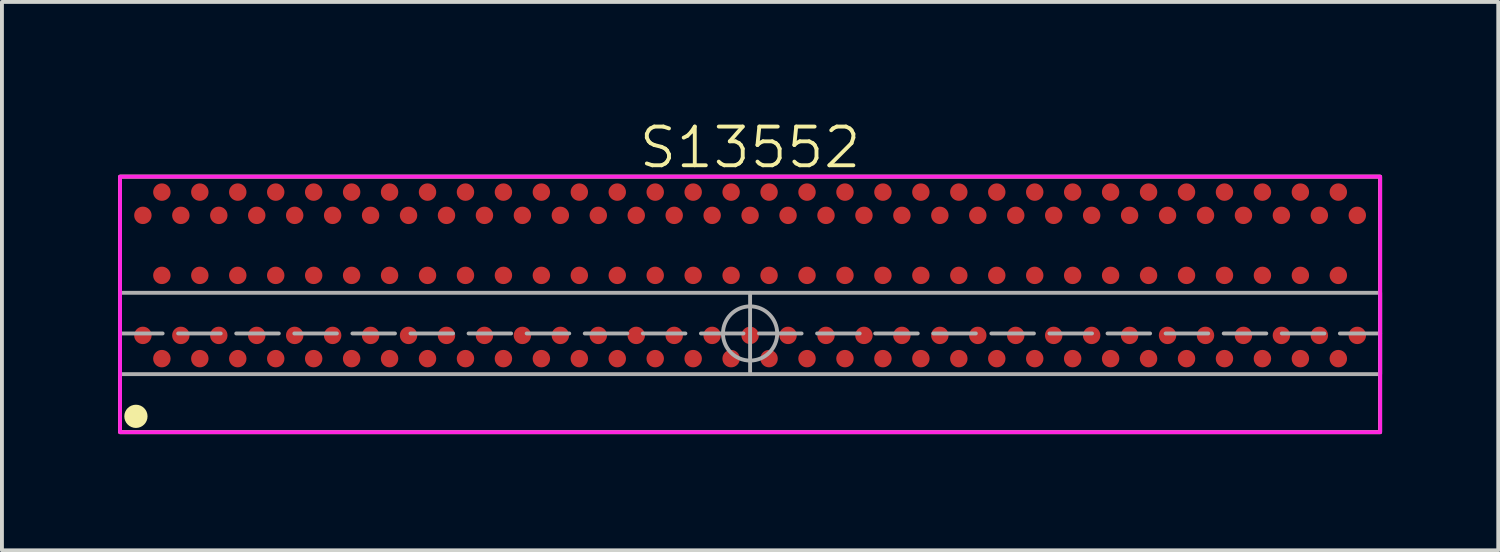
<source format=kicad_pcb>
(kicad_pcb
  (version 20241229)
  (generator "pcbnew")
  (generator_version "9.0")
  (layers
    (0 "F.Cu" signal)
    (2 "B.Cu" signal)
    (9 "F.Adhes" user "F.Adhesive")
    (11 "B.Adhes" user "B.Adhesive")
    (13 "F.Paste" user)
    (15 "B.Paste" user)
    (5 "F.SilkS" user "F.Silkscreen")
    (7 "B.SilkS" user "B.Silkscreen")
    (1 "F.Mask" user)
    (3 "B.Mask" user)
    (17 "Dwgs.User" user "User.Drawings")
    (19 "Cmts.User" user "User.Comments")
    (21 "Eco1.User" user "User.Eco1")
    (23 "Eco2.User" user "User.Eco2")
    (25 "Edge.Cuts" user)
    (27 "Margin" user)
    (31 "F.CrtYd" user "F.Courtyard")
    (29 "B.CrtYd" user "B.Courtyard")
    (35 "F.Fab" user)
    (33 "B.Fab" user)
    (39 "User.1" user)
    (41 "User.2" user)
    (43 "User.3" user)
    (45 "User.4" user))
  (footprint "S13552"
    (layer "F.Cu")
    (at 16.32 5.261)
    (property "Reference" "S13552" (at 0 -4.5 0) (unlocked yes) (layer "F.SilkS") (effects (font (size 1 1) (thickness 0.1))))
    (attr smd)
    (fp_rect (start -16.27 2.85) (end 16.27 -3.75) (stroke (width 0.1) (type default)) (fill no) (layer "F.SilkS"))
    (fp_circle (center -15.86 2.44) (end -15.61 2.44) (stroke (width 0.1) (type solid)) (fill yes) (layer "F.SilkS"))
    (fp_rect (start -16.27 2.85) (end 16.27 -3.75) (stroke (width 0.1) (type default)) (fill no) (layer "F.CrtYd"))
    (fp_line (start -16.27 0.3) (end 16.27 0.3) (stroke (width 0.1) (type dash)) (layer "F.Fab"))
    (fp_line (start 0 -0.75) (end 0 1.35) (stroke (width 0.1) (type default)) (layer "F.Fab"))
    (fp_rect (start -16.27 -0.75) (end 16.27 1.35) (stroke (width 0.1) (type solid)) (fill no) (layer "F.Fab"))
    (fp_circle (center 0 0.3) (end 0.7 0.3) (stroke (width 0.1) (type default)) (fill no) (layer "F.Fab"))
    (pad "1" smd circle (at -15.68 0.35) (size 0.45 0.45) (layers "F.Cu" "F.Mask" "F.Paste"))
    (pad "2" smd circle (at -15.19 -3.35) (size 0.45 0.45) (layers "F.Cu" "F.Mask" "F.Paste"))
    (pad "3" smd circle (at -15.19 0.95) (size 0.45 0.45) (layers "F.Cu" "F.Mask" "F.Paste"))
    (pad "4" smd circle (at -14.7 -2.75) (size 0.45 0.45) (layers "F.Cu" "F.Mask" "F.Paste"))
    (pad "5" smd circle (at -14.7 0.35) (size 0.45 0.45) (layers "F.Cu" "F.Mask" "F.Paste"))
    (pad "6" smd circle (at -14.21 -3.35) (size 0.45 0.45) (layers "F.Cu" "F.Mask" "F.Paste"))
    (pad "7" smd circle (at -14.21 0.95) (size 0.45 0.45) (layers "F.Cu" "F.Mask" "F.Paste"))
    (pad "8" smd circle (at -13.72 -2.75) (size 0.45 0.45) (layers "F.Cu" "F.Mask" "F.Paste"))
    (pad "9" smd circle (at -13.72 0.35) (size 0.45 0.45) (layers "F.Cu" "F.Mask" "F.Paste"))
    (pad "10" smd circle (at -13.23 -3.35) (size 0.45 0.45) (layers "F.Cu" "F.Mask" "F.Paste"))
    (pad "11" smd circle (at -13.23 0.95) (size 0.45 0.45) (layers "F.Cu" "F.Mask" "F.Paste"))
    (pad "12" smd circle (at -12.74 -2.75) (size 0.45 0.45) (layers "F.Cu" "F.Mask" "F.Paste"))
    (pad "13" smd circle (at -12.74 0.35) (size 0.45 0.45) (layers "F.Cu" "F.Mask" "F.Paste"))
    (pad "14" smd circle (at -12.25 -3.35) (size 0.45 0.45) (layers "F.Cu" "F.Mask" "F.Paste"))
    (pad "15" smd circle (at -12.25 0.95) (size 0.45 0.45) (layers "F.Cu" "F.Mask" "F.Paste"))
    (pad "16" smd circle (at -11.76 -2.75) (size 0.45 0.45) (layers "F.Cu" "F.Mask" "F.Paste"))
    (pad "17" smd circle (at -11.76 0.35) (size 0.45 0.45) (layers "F.Cu" "F.Mask" "F.Paste"))
    (pad "18" smd circle (at -11.27 -3.35) (size 0.45 0.45) (layers "F.Cu" "F.Mask" "F.Paste"))
    (pad "19" smd circle (at -11.27 0.95) (size 0.45 0.45) (layers "F.Cu" "F.Mask" "F.Paste"))
    (pad "20" smd circle (at -10.78 -2.75) (size 0.45 0.45) (layers "F.Cu" "F.Mask" "F.Paste"))
    (pad "21" smd circle (at -10.78 0.35) (size 0.45 0.45) (layers "F.Cu" "F.Mask" "F.Paste"))
    (pad "22" smd circle (at -10.29 -3.35) (size 0.45 0.45) (layers "F.Cu" "F.Mask" "F.Paste"))
    (pad "23" smd circle (at -10.29 0.95) (size 0.45 0.45) (layers "F.Cu" "F.Mask" "F.Paste"))
    (pad "24" smd circle (at -9.8 -2.75) (size 0.45 0.45) (layers "F.Cu" "F.Mask" "F.Paste"))
    (pad "25" smd circle (at -9.8 0.35) (size 0.45 0.45) (layers "F.Cu" "F.Mask" "F.Paste"))
    (pad "26" smd circle (at -9.31 -3.35) (size 0.45 0.45) (layers "F.Cu" "F.Mask" "F.Paste"))
    (pad "27" smd circle (at -9.31 0.95) (size 0.45 0.45) (layers "F.Cu" "F.Mask" "F.Paste"))
    (pad "28" smd circle (at -8.82 -2.75) (size 0.45 0.45) (layers "F.Cu" "F.Mask" "F.Paste"))
    (pad "29" smd circle (at -8.82 0.35) (size 0.45 0.45) (layers "F.Cu" "F.Mask" "F.Paste"))
    (pad "30" smd circle (at -8.33 -3.35) (size 0.45 0.45) (layers "F.Cu" "F.Mask" "F.Paste"))
    (pad "31" smd circle (at -8.33 0.95) (size 0.45 0.45) (layers "F.Cu" "F.Mask" "F.Paste"))
    (pad "32" smd circle (at -7.84 -2.75) (size 0.45 0.45) (layers "F.Cu" "F.Mask" "F.Paste"))
    (pad "33" smd circle (at -7.84 0.35) (size 0.45 0.45) (layers "F.Cu" "F.Mask" "F.Paste"))
    (pad "34" smd circle (at -7.35 -3.35) (size 0.45 0.45) (layers "F.Cu" "F.Mask" "F.Paste"))
    (pad "35" smd circle (at -7.35 0.95) (size 0.45 0.45) (layers "F.Cu" "F.Mask" "F.Paste"))
    (pad "36" smd circle (at -6.86 -2.75) (size 0.45 0.45) (layers "F.Cu" "F.Mask" "F.Paste"))
    (pad "37" smd circle (at -6.86 0.35) (size 0.45 0.45) (layers "F.Cu" "F.Mask" "F.Paste"))
    (pad "38" smd circle (at -6.37 -3.35) (size 0.45 0.45) (layers "F.Cu" "F.Mask" "F.Paste"))
    (pad "39" smd circle (at -6.37 0.95) (size 0.45 0.45) (layers "F.Cu" "F.Mask" "F.Paste"))
    (pad "40" smd circle (at -5.88 -2.75) (size 0.45 0.45) (layers "F.Cu" "F.Mask" "F.Paste"))
    (pad "41" smd circle (at -5.88 0.35) (size 0.45 0.45) (layers "F.Cu" "F.Mask" "F.Paste"))
    (pad "42" smd circle (at -5.39 -3.35) (size 0.45 0.45) (layers "F.Cu" "F.Mask" "F.Paste"))
    (pad "43" smd circle (at -5.39 0.95) (size 0.45 0.45) (layers "F.Cu" "F.Mask" "F.Paste"))
    (pad "44" smd circle (at -4.9 -2.75) (size 0.45 0.45) (layers "F.Cu" "F.Mask" "F.Paste"))
    (pad "45" smd circle (at -4.9 0.35) (size 0.45 0.45) (layers "F.Cu" "F.Mask" "F.Paste"))
    (pad "46" smd circle (at -4.41 -3.35) (size 0.45 0.45) (layers "F.Cu" "F.Mask" "F.Paste"))
    (pad "47" smd circle (at -4.41 0.95) (size 0.45 0.45) (layers "F.Cu" "F.Mask" "F.Paste"))
    (pad "48" smd circle (at -3.92 -2.75) (size 0.45 0.45) (layers "F.Cu" "F.Mask" "F.Paste"))
    (pad "49" smd circle (at -3.92 0.35) (size 0.45 0.45) (layers "F.Cu" "F.Mask" "F.Paste"))
    (pad "50" smd circle (at -3.43 -3.35) (size 0.45 0.45) (layers "F.Cu" "F.Mask" "F.Paste"))
    (pad "51" smd circle (at -3.43 0.95) (size 0.45 0.45) (layers "F.Cu" "F.Mask" "F.Paste"))
    (pad "52" smd circle (at -2.94 -2.75) (size 0.45 0.45) (layers "F.Cu" "F.Mask" "F.Paste"))
    (pad "53" smd circle (at -2.94 0.35) (size 0.45 0.45) (layers "F.Cu" "F.Mask" "F.Paste"))
    (pad "54" smd circle (at -2.45 -3.35) (size 0.45 0.45) (layers "F.Cu" "F.Mask" "F.Paste"))
    (pad "55" smd circle (at -2.45 0.95) (size 0.45 0.45) (layers "F.Cu" "F.Mask" "F.Paste"))
    (pad "56" smd circle (at -1.96 -2.75) (size 0.45 0.45) (layers "F.Cu" "F.Mask" "F.Paste"))
    (pad "57" smd circle (at -1.96 0.35) (size 0.45 0.45) (layers "F.Cu" "F.Mask" "F.Paste"))
    (pad "58" smd circle (at -1.47 -3.35) (size 0.45 0.45) (layers "F.Cu" "F.Mask" "F.Paste"))
    (pad "59" smd circle (at -1.47 0.95) (size 0.45 0.45) (layers "F.Cu" "F.Mask" "F.Paste"))
    (pad "60" smd circle (at -0.98 -2.75) (size 0.45 0.45) (layers "F.Cu" "F.Mask" "F.Paste"))
    (pad "61" smd circle (at -0.98 0.35) (size 0.45 0.45) (layers "F.Cu" "F.Mask" "F.Paste"))
    (pad "62" smd circle (at -0.49 -3.35) (size 0.45 0.45) (layers "F.Cu" "F.Mask" "F.Paste"))
    (pad "63" smd circle (at -0.49 0.95) (size 0.45 0.45) (layers "F.Cu" "F.Mask" "F.Paste"))
    (pad "64" smd circle (at 0 -2.75) (size 0.45 0.45) (layers "F.Cu" "F.Mask" "F.Paste"))
    (pad "65" smd circle (at 0 0.35) (size 0.45 0.45) (layers "F.Cu" "F.Mask" "F.Paste"))
    (pad "66" smd circle (at 0.49 -3.35) (size 0.45 0.45) (layers "F.Cu" "F.Mask" "F.Paste"))
    (pad "67" smd circle (at 0.49 0.95) (size 0.45 0.45) (layers "F.Cu" "F.Mask" "F.Paste"))
    (pad "68" smd circle (at 0.98 -2.75) (size 0.45 0.45) (layers "F.Cu" "F.Mask" "F.Paste"))
    (pad "69" smd circle (at 0.98 0.35) (size 0.45 0.45) (layers "F.Cu" "F.Mask" "F.Paste"))
    (pad "70" smd circle (at 1.47 -3.35) (size 0.45 0.45) (layers "F.Cu" "F.Mask" "F.Paste"))
    (pad "71" smd circle (at 1.47 0.95) (size 0.45 0.45) (layers "F.Cu" "F.Mask" "F.Paste"))
    (pad "72" smd circle (at 1.96 -2.75) (size 0.45 0.45) (layers "F.Cu" "F.Mask" "F.Paste"))
    (pad "73" smd circle (at 1.96 0.35) (size 0.45 0.45) (layers "F.Cu" "F.Mask" "F.Paste"))
    (pad "74" smd circle (at 2.45 -3.35) (size 0.45 0.45) (layers "F.Cu" "F.Mask" "F.Paste"))
    (pad "75" smd circle (at 2.45 0.95) (size 0.45 0.45) (layers "F.Cu" "F.Mask" "F.Paste"))
    (pad "76" smd circle (at 2.94 -2.75) (size 0.45 0.45) (layers "F.Cu" "F.Mask" "F.Paste"))
    (pad "77" smd circle (at 2.94 0.35) (size 0.45 0.45) (layers "F.Cu" "F.Mask" "F.Paste"))
    (pad "78" smd circle (at 3.43 -3.35) (size 0.45 0.45) (layers "F.Cu" "F.Mask" "F.Paste"))
    (pad "79" smd circle (at 3.43 0.95) (size 0.45 0.45) (layers "F.Cu" "F.Mask" "F.Paste"))
    (pad "80" smd circle (at 3.92 -2.75) (size 0.45 0.45) (layers "F.Cu" "F.Mask" "F.Paste"))
    (pad "81" smd circle (at 3.92 0.35) (size 0.45 0.45) (layers "F.Cu" "F.Mask" "F.Paste"))
    (pad "82" smd circle (at 4.41 -3.35) (size 0.45 0.45) (layers "F.Cu" "F.Mask" "F.Paste"))
    (pad "83" smd circle (at 4.41 0.95) (size 0.45 0.45) (layers "F.Cu" "F.Mask" "F.Paste"))
    (pad "84" smd circle (at 4.9 -2.75) (size 0.45 0.45) (layers "F.Cu" "F.Mask" "F.Paste"))
    (pad "85" smd circle (at 4.9 0.35) (size 0.45 0.45) (layers "F.Cu" "F.Mask" "F.Paste"))
    (pad "86" smd circle (at 5.39 -3.35) (size 0.45 0.45) (layers "F.Cu" "F.Mask" "F.Paste"))
    (pad "87" smd circle (at 5.39 0.95) (size 0.45 0.45) (layers "F.Cu" "F.Mask" "F.Paste"))
    (pad "88" smd circle (at 5.88 -2.75) (size 0.45 0.45) (layers "F.Cu" "F.Mask" "F.Paste"))
    (pad "89" smd circle (at 5.88 0.35) (size 0.45 0.45) (layers "F.Cu" "F.Mask" "F.Paste"))
    (pad "90" smd circle (at 6.37 -3.35) (size 0.45 0.45) (layers "F.Cu" "F.Mask" "F.Paste"))
    (pad "91" smd circle (at 6.37 0.95) (size 0.45 0.45) (layers "F.Cu" "F.Mask" "F.Paste"))
    (pad "92" smd circle (at 6.86 -2.75) (size 0.45 0.45) (layers "F.Cu" "F.Mask" "F.Paste"))
    (pad "93" smd circle (at 6.86 0.35) (size 0.45 0.45) (layers "F.Cu" "F.Mask" "F.Paste"))
    (pad "94" smd circle (at 7.35 -3.35) (size 0.45 0.45) (layers "F.Cu" "F.Mask" "F.Paste"))
    (pad "95" smd circle (at 7.35 0.95) (size 0.45 0.45) (layers "F.Cu" "F.Mask" "F.Paste"))
    (pad "96" smd circle (at 7.84 -2.75) (size 0.45 0.45) (layers "F.Cu" "F.Mask" "F.Paste"))
    (pad "97" smd circle (at 7.84 0.35) (size 0.45 0.45) (layers "F.Cu" "F.Mask" "F.Paste"))
    (pad "98" smd circle (at 8.33 -3.35) (size 0.45 0.45) (layers "F.Cu" "F.Mask" "F.Paste"))
    (pad "99" smd circle (at 8.33 0.95) (size 0.45 0.45) (layers "F.Cu" "F.Mask" "F.Paste"))
    (pad "100" smd circle (at 8.82 -2.75) (size 0.45 0.45) (layers "F.Cu" "F.Mask" "F.Paste"))
    (pad "101" smd circle (at 8.82 0.35) (size 0.45 0.45) (layers "F.Cu" "F.Mask" "F.Paste"))
    (pad "102" smd circle (at 9.31 -3.35) (size 0.45 0.45) (layers "F.Cu" "F.Mask" "F.Paste"))
    (pad "103" smd circle (at 9.31 0.95) (size 0.45 0.45) (layers "F.Cu" "F.Mask" "F.Paste"))
    (pad "104" smd circle (at 9.8 -2.75) (size 0.45 0.45) (layers "F.Cu" "F.Mask" "F.Paste"))
    (pad "105" smd circle (at 9.8 0.35) (size 0.45 0.45) (layers "F.Cu" "F.Mask" "F.Paste"))
    (pad "106" smd circle (at 10.29 -3.35) (size 0.45 0.45) (layers "F.Cu" "F.Mask" "F.Paste"))
    (pad "107" smd circle (at 10.29 0.95) (size 0.45 0.45) (layers "F.Cu" "F.Mask" "F.Paste"))
    (pad "108" smd circle (at 10.78 -2.75) (size 0.45 0.45) (layers "F.Cu" "F.Mask" "F.Paste"))
    (pad "109" smd circle (at 10.78 0.35) (size 0.45 0.45) (layers "F.Cu" "F.Mask" "F.Paste"))
    (pad "110" smd circle (at 11.27 -3.35) (size 0.45 0.45) (layers "F.Cu" "F.Mask" "F.Paste"))
    (pad "111" smd circle (at 11.27 0.95) (size 0.45 0.45) (layers "F.Cu" "F.Mask" "F.Paste"))
    (pad "112" smd circle (at 11.76 -2.75) (size 0.45 0.45) (layers "F.Cu" "F.Mask" "F.Paste"))
    (pad "113" smd circle (at 11.76 0.35) (size 0.45 0.45) (layers "F.Cu" "F.Mask" "F.Paste"))
    (pad "114" smd circle (at 12.25 -3.35) (size 0.45 0.45) (layers "F.Cu" "F.Mask" "F.Paste"))
    (pad "115" smd circle (at 12.25 0.95) (size 0.45 0.45) (layers "F.Cu" "F.Mask" "F.Paste"))
    (pad "116" smd circle (at 12.74 -2.75) (size 0.45 0.45) (layers "F.Cu" "F.Mask" "F.Paste"))
    (pad "117" smd circle (at 12.74 0.35) (size 0.45 0.45) (layers "F.Cu" "F.Mask" "F.Paste"))
    (pad "118" smd circle (at 13.23 -3.35) (size 0.45 0.45) (layers "F.Cu" "F.Mask" "F.Paste"))
    (pad "119" smd circle (at 13.23 0.95) (size 0.45 0.45) (layers "F.Cu" "F.Mask" "F.Paste"))
    (pad "120" smd circle (at 13.72 -2.75) (size 0.45 0.45) (layers "F.Cu" "F.Mask" "F.Paste"))
    (pad "121" smd circle (at 13.72 0.35) (size 0.45 0.45) (layers "F.Cu" "F.Mask" "F.Paste"))
    (pad "122" smd circle (at 14.21 -3.35) (size 0.45 0.45) (layers "F.Cu" "F.Mask" "F.Paste"))
    (pad "123" smd circle (at 14.21 0.95) (size 0.45 0.45) (layers "F.Cu" "F.Mask" "F.Paste"))
    (pad "124" smd circle (at 14.7 -2.75) (size 0.45 0.45) (layers "F.Cu" "F.Mask" "F.Paste"))
    (pad "125" smd circle (at 14.7 0.35) (size 0.45 0.45) (layers "F.Cu" "F.Mask" "F.Paste"))
    (pad "126" smd circle (at 15.19 -3.35) (size 0.45 0.45) (layers "F.Cu" "F.Mask" "F.Paste"))
    (pad "127" smd circle (at 15.19 0.95) (size 0.45 0.45) (layers "F.Cu" "F.Mask" "F.Paste"))
    (pad "128" smd circle (at 15.68 -2.75) (size 0.45 0.45) (layers "F.Cu" "F.Mask" "F.Paste"))
    (pad "129" smd circle (at -15.68 -2.75) (size 0.45 0.45) (layers "F.Cu" "F.Mask" "F.Paste"))
    (pad "130" smd circle (at -15.19 -1.2) (size 0.45 0.45) (layers "F.Cu" "F.Mask" "F.Paste"))
    (pad "131" smd circle (at -14.21 -1.2) (size 0.45 0.45) (layers "F.Cu" "F.Mask" "F.Paste"))
    (pad "132" smd circle (at -13.23 -1.2) (size 0.45 0.45) (layers "F.Cu" "F.Mask" "F.Paste"))
    (pad "133" smd circle (at -12.25 -1.2) (size 0.45 0.45) (layers "F.Cu" "F.Mask" "F.Paste"))
    (pad "134" smd circle (at -11.27 -1.2) (size 0.45 0.45) (layers "F.Cu" "F.Mask" "F.Paste"))
    (pad "135" smd circle (at -10.29 -1.2) (size 0.45 0.45) (layers "F.Cu" "F.Mask" "F.Paste"))
    (pad "136" smd circle (at -9.31 -1.2) (size 0.45 0.45) (layers "F.Cu" "F.Mask" "F.Paste"))
    (pad "137" smd circle (at -8.33 -1.2) (size 0.45 0.45) (layers "F.Cu" "F.Mask" "F.Paste"))
    (pad "138" smd circle (at -7.35 -1.2) (size 0.45 0.45) (layers "F.Cu" "F.Mask" "F.Paste"))
    (pad "139" smd circle (at -6.37 -1.2) (size 0.45 0.45) (layers "F.Cu" "F.Mask" "F.Paste"))
    (pad "140" smd circle (at -5.39 -1.2) (size 0.45 0.45) (layers "F.Cu" "F.Mask" "F.Paste"))
    (pad "141" smd circle (at -4.41 -1.2) (size 0.45 0.45) (layers "F.Cu" "F.Mask" "F.Paste"))
    (pad "142" smd circle (at -3.43 -1.2) (size 0.45 0.45) (layers "F.Cu" "F.Mask" "F.Paste"))
    (pad "143" smd circle (at -2.45 -1.2) (size 0.45 0.45) (layers "F.Cu" "F.Mask" "F.Paste"))
    (pad "144" smd circle (at -1.47 -1.2) (size 0.45 0.45) (layers "F.Cu" "F.Mask" "F.Paste"))
    (pad "145" smd circle (at -0.49 -1.2) (size 0.45 0.45) (layers "F.Cu" "F.Mask" "F.Paste"))
    (pad "146" smd circle (at 0.49 -1.2) (size 0.45 0.45) (layers "F.Cu" "F.Mask" "F.Paste"))
    (pad "147" smd circle (at 1.47 -1.2) (size 0.45 0.45) (layers "F.Cu" "F.Mask" "F.Paste"))
    (pad "148" smd circle (at 2.45 -1.2) (size 0.45 0.45) (layers "F.Cu" "F.Mask" "F.Paste"))
    (pad "149" smd circle (at 3.43 -1.2) (size 0.45 0.45) (layers "F.Cu" "F.Mask" "F.Paste"))
    (pad "150" smd circle (at 4.41 -1.2) (size 0.45 0.45) (layers "F.Cu" "F.Mask" "F.Paste"))
    (pad "151" smd circle (at 5.39 -1.2) (size 0.45 0.45) (layers "F.Cu" "F.Mask" "F.Paste"))
    (pad "152" smd circle (at 6.37 -1.2) (size 0.45 0.45) (layers "F.Cu" "F.Mask" "F.Paste"))
    (pad "153" smd circle (at 7.35 -1.2) (size 0.45 0.45) (layers "F.Cu" "F.Mask" "F.Paste"))
    (pad "154" smd circle (at 8.33 -1.2) (size 0.45 0.45) (layers "F.Cu" "F.Mask" "F.Paste"))
    (pad "155" smd circle (at 9.31 -1.2) (size 0.45 0.45) (layers "F.Cu" "F.Mask" "F.Paste"))
    (pad "156" smd circle (at 10.29 -1.2) (size 0.45 0.45) (layers "F.Cu" "F.Mask" "F.Paste"))
    (pad "157" smd circle (at 11.27 -1.2) (size 0.45 0.45) (layers "F.Cu" "F.Mask" "F.Paste"))
    (pad "158" smd circle (at 12.25 -1.2) (size 0.45 0.45) (layers "F.Cu" "F.Mask" "F.Paste"))
    (pad "159" smd circle (at 13.23 -1.2) (size 0.45 0.45) (layers "F.Cu" "F.Mask" "F.Paste"))
    (pad "160" smd circle (at 14.21 -1.2) (size 0.45 0.45) (layers "F.Cu" "F.Mask" "F.Paste"))
    (pad "161" smd circle (at 15.19 -1.2) (size 0.45 0.45) (layers "F.Cu" "F.Mask" "F.Paste"))
    (pad "162" smd circle (at 15.68 0.35) (size 0.45 0.45) (layers "F.Cu" "F.Mask" "F.Paste")))
  (gr_rect
    (start -3 -3)
    (end 35.64 11.161)
    (stroke (width 0.1) (type default))
    (fill no)
    (layer "Edge.Cuts")))
</source>
